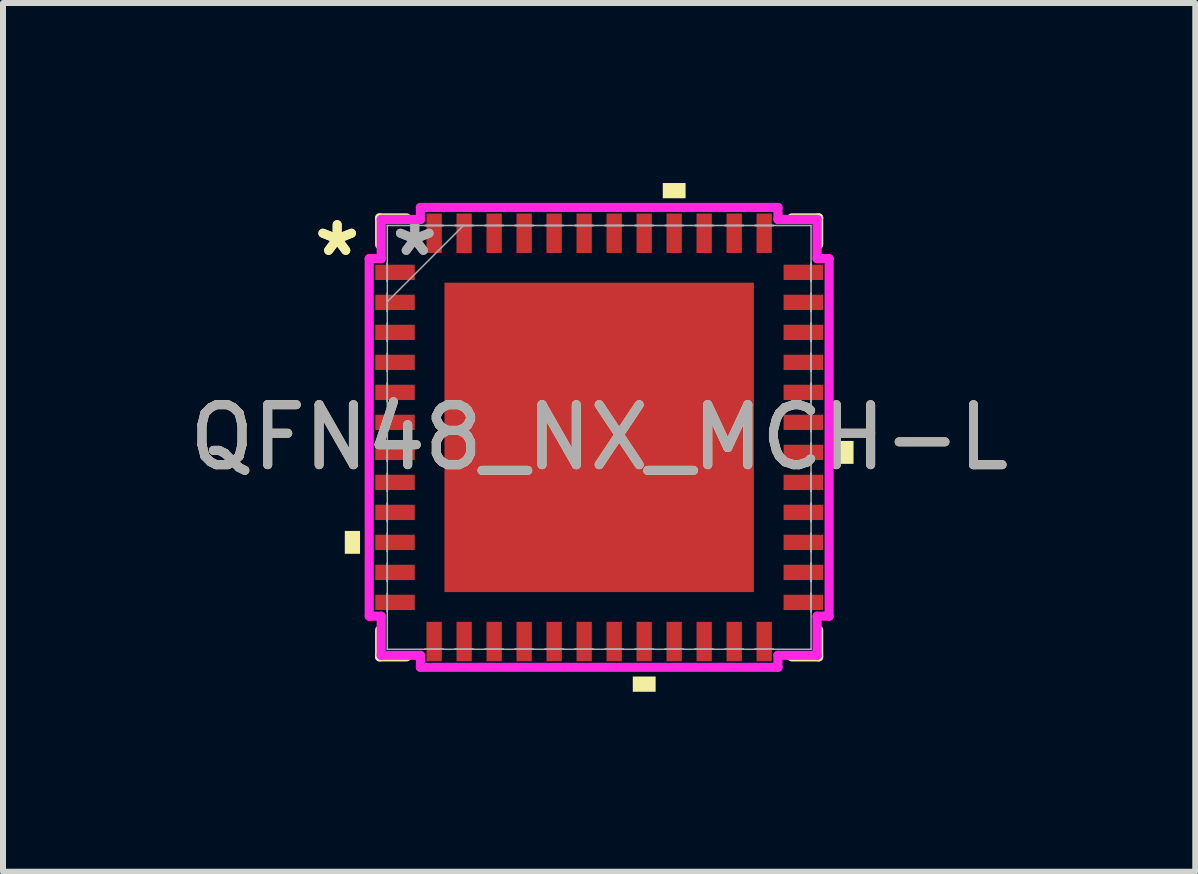
<source format=kicad_pcb>
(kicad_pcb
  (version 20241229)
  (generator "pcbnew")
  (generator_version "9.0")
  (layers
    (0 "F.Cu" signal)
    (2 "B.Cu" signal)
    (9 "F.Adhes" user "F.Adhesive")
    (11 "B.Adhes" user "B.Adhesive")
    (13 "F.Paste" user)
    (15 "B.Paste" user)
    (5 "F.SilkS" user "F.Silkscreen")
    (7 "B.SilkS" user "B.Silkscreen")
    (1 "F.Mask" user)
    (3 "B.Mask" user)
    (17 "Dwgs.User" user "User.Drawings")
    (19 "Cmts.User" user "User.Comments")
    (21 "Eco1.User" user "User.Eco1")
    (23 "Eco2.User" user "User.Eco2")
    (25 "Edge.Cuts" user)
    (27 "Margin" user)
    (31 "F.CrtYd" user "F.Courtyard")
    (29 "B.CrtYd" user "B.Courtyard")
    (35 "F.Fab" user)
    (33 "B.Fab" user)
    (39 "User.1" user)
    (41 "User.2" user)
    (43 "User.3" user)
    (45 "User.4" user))
  (footprint "QFN48_NX_MCH-L"
    (layer "F.Cu")
    (at 6.935 4.239)
    (property "Reference" "QFN48_NX_MCH-L" (at 0 0 0) (unlocked yes) (layer "F.SilkS") (effects (font (size 1 1) (thickness 0.15))))
    (attr smd)
    (fp_line (start -3.658 -3.658) (end -3.658 -3.21) (stroke (width 0.152) (type solid)) (layer "F.SilkS"))
    (fp_line (start -3.658 3.21) (end -3.658 3.658) (stroke (width 0.152) (type solid)) (layer "F.SilkS"))
    (fp_line (start -3.658 3.658) (end -3.21 3.658) (stroke (width 0.152) (type solid)) (layer "F.SilkS"))
    (fp_line (start -3.21 -3.658) (end -3.658 -3.658) (stroke (width 0.152) (type solid)) (layer "F.SilkS"))
    (fp_line (start 3.21 3.658) (end 3.658 3.658) (stroke (width 0.152) (type solid)) (layer "F.SilkS"))
    (fp_line (start 3.658 -3.658) (end 3.21 -3.658) (stroke (width 0.152) (type solid)) (layer "F.SilkS"))
    (fp_line (start 3.658 -3.21) (end 3.658 -3.658) (stroke (width 0.152) (type solid)) (layer "F.SilkS"))
    (fp_line (start 3.658 3.658) (end 3.658 3.21) (stroke (width 0.152) (type solid)) (layer "F.SilkS"))
    (fp_poly (pts (xy -4.239 1.559) (xy -4.239 1.94) (xy -3.985 1.94) (xy -3.985 1.559)) (stroke (width 0) (type solid)) (fill yes) (layer "F.SilkS"))
    (fp_poly (pts (xy 0.56 3.985) (xy 0.56 4.239) (xy 0.941 4.239) (xy 0.941 3.985)) (stroke (width 0) (type solid)) (fill yes) (layer "F.SilkS"))
    (fp_poly (pts (xy 1.06 -3.985) (xy 1.06 -4.239) (xy 1.44 -4.239) (xy 1.44 -3.985)) (stroke (width 0) (type solid)) (fill yes) (layer "F.SilkS"))
    (fp_poly (pts (xy 4.239 0.059) (xy 4.239 0.441) (xy 3.985 0.441) (xy 3.985 0.059)) (stroke (width 0) (type solid)) (fill yes) (layer "F.SilkS"))
    (fp_poly (pts (xy -2.478 -2.478) (xy -2.478 -1.389) (xy -1.389 -1.389) (xy -1.389 -2.478)) (stroke (width 0) (type solid)) (fill yes) (layer "F.Paste"))
    (fp_poly (pts (xy -2.478 -1.189) (xy -2.478 -0.1) (xy -1.389 -0.1) (xy -1.389 -1.189)) (stroke (width 0) (type solid)) (fill yes) (layer "F.Paste"))
    (fp_poly (pts (xy -2.478 0.1) (xy -2.478 1.189) (xy -1.389 1.189) (xy -1.389 0.1)) (stroke (width 0) (type solid)) (fill yes) (layer "F.Paste"))
    (fp_poly (pts (xy -2.478 1.389) (xy -2.478 2.478) (xy -1.389 2.478) (xy -1.389 1.389)) (stroke (width 0) (type solid)) (fill yes) (layer "F.Paste"))
    (fp_poly (pts (xy -1.189 -2.478) (xy -1.189 -1.389) (xy -0.1 -1.389) (xy -0.1 -2.478)) (stroke (width 0) (type solid)) (fill yes) (layer "F.Paste"))
    (fp_poly (pts (xy -1.189 -1.189) (xy -1.189 -0.1) (xy -0.1 -0.1) (xy -0.1 -1.189)) (stroke (width 0) (type solid)) (fill yes) (layer "F.Paste"))
    (fp_poly (pts (xy -1.189 0.1) (xy -1.189 1.189) (xy -0.1 1.189) (xy -0.1 0.1)) (stroke (width 0) (type solid)) (fill yes) (layer "F.Paste"))
    (fp_poly (pts (xy -1.189 1.389) (xy -1.189 2.478) (xy -0.1 2.478) (xy -0.1 1.389)) (stroke (width 0) (type solid)) (fill yes) (layer "F.Paste"))
    (fp_poly (pts (xy 0.1 -2.478) (xy 0.1 -1.389) (xy 1.189 -1.389) (xy 1.189 -2.478)) (stroke (width 0) (type solid)) (fill yes) (layer "F.Paste"))
    (fp_poly (pts (xy 0.1 -1.189) (xy 0.1 -0.1) (xy 1.189 -0.1) (xy 1.189 -1.189)) (stroke (width 0) (type solid)) (fill yes) (layer "F.Paste"))
    (fp_poly (pts (xy 0.1 0.1) (xy 0.1 1.189) (xy 1.189 1.189) (xy 1.189 0.1)) (stroke (width 0) (type solid)) (fill yes) (layer "F.Paste"))
    (fp_poly (pts (xy 0.1 1.389) (xy 0.1 2.478) (xy 1.189 2.478) (xy 1.189 1.389)) (stroke (width 0) (type solid)) (fill yes) (layer "F.Paste"))
    (fp_poly (pts (xy 1.389 -2.478) (xy 1.389 -1.389) (xy 2.478 -1.389) (xy 2.478 -2.478)) (stroke (width 0) (type solid)) (fill yes) (layer "F.Paste"))
    (fp_poly (pts (xy 1.389 -1.189) (xy 1.389 -0.1) (xy 2.478 -0.1) (xy 2.478 -1.189)) (stroke (width 0) (type solid)) (fill yes) (layer "F.Paste"))
    (fp_poly (pts (xy 1.389 0.1) (xy 1.389 1.189) (xy 2.478 1.189) (xy 2.478 0.1)) (stroke (width 0) (type solid)) (fill yes) (layer "F.Paste"))
    (fp_poly (pts (xy 1.389 1.389) (xy 1.389 2.478) (xy 2.478 2.478) (xy 2.478 1.389)) (stroke (width 0) (type solid)) (fill yes) (layer "F.Paste"))
    (fp_line (start -3.832 -2.979) (end -3.632 -2.979) (stroke (width 0.152) (type solid)) (layer "F.CrtYd"))
    (fp_line (start -3.832 2.979) (end -3.832 -2.979) (stroke (width 0.152) (type solid)) (layer "F.CrtYd"))
    (fp_line (start -3.632 -3.632) (end -2.979 -3.632) (stroke (width 0.152) (type solid)) (layer "F.CrtYd"))
    (fp_line (start -3.632 -2.979) (end -3.632 -3.632) (stroke (width 0.152) (type solid)) (layer "F.CrtYd"))
    (fp_line (start -3.632 2.979) (end -3.832 2.979) (stroke (width 0.152) (type solid)) (layer "F.CrtYd"))
    (fp_line (start -3.632 3.632) (end -3.632 2.979) (stroke (width 0.152) (type solid)) (layer "F.CrtYd"))
    (fp_line (start -2.979 -3.832) (end 2.979 -3.832) (stroke (width 0.152) (type solid)) (layer "F.CrtYd"))
    (fp_line (start -2.979 -3.632) (end -2.979 -3.832) (stroke (width 0.152) (type solid)) (layer "F.CrtYd"))
    (fp_line (start -2.979 3.632) (end -3.632 3.632) (stroke (width 0.152) (type solid)) (layer "F.CrtYd"))
    (fp_line (start -2.979 3.832) (end -2.979 3.632) (stroke (width 0.152) (type solid)) (layer "F.CrtYd"))
    (fp_line (start 2.979 -3.832) (end 2.979 -3.632) (stroke (width 0.152) (type solid)) (layer "F.CrtYd"))
    (fp_line (start 2.979 -3.632) (end 3.632 -3.632) (stroke (width 0.152) (type solid)) (layer "F.CrtYd"))
    (fp_line (start 2.979 3.632) (end 2.979 3.832) (stroke (width 0.152) (type solid)) (layer "F.CrtYd"))
    (fp_line (start 2.979 3.832) (end -2.979 3.832) (stroke (width 0.152) (type solid)) (layer "F.CrtYd"))
    (fp_line (start 3.632 -3.632) (end 3.632 -2.979) (stroke (width 0.152) (type solid)) (layer "F.CrtYd"))
    (fp_line (start 3.632 -2.979) (end 3.832 -2.979) (stroke (width 0.152) (type solid)) (layer "F.CrtYd"))
    (fp_line (start 3.632 2.979) (end 3.632 3.632) (stroke (width 0.152) (type solid)) (layer "F.CrtYd"))
    (fp_line (start 3.632 3.632) (end 2.979 3.632) (stroke (width 0.152) (type solid)) (layer "F.CrtYd"))
    (fp_line (start 3.832 -2.979) (end 3.832 2.979) (stroke (width 0.152) (type solid)) (layer "F.CrtYd"))
    (fp_line (start 3.832 2.979) (end 3.632 2.979) (stroke (width 0.152) (type solid)) (layer "F.CrtYd"))
    (fp_line (start -3.531 -3.531) (end -3.531 -3.531) (stroke (width 0.025) (type solid)) (layer "F.Fab"))
    (fp_line (start -3.531 -3.531) (end -3.531 3.531) (stroke (width 0.025) (type solid)) (layer "F.Fab"))
    (fp_line (start -3.531 -2.902) (end -3.531 -2.902) (stroke (width 0.025) (type solid)) (layer "F.Fab"))
    (fp_line (start -3.531 -2.902) (end -3.531 -2.598) (stroke (width 0.025) (type solid)) (layer "F.Fab"))
    (fp_line (start -3.531 -2.598) (end -3.531 -2.902) (stroke (width 0.025) (type solid)) (layer "F.Fab"))
    (fp_line (start -3.531 -2.598) (end -3.531 -2.598) (stroke (width 0.025) (type solid)) (layer "F.Fab"))
    (fp_line (start -3.531 -2.402) (end -3.531 -2.402) (stroke (width 0.025) (type solid)) (layer "F.Fab"))
    (fp_line (start -3.531 -2.402) (end -3.531 -2.098) (stroke (width 0.025) (type solid)) (layer "F.Fab"))
    (fp_line (start -3.531 -2.261) (end -2.261 -3.531) (stroke (width 0.025) (type solid)) (layer "F.Fab"))
    (fp_line (start -3.531 -2.098) (end -3.531 -2.402) (stroke (width 0.025) (type solid)) (layer "F.Fab"))
    (fp_line (start -3.531 -2.098) (end -3.531 -2.098) (stroke (width 0.025) (type solid)) (layer "F.Fab"))
    (fp_line (start -3.531 -1.902) (end -3.531 -1.902) (stroke (width 0.025) (type solid)) (layer "F.Fab"))
    (fp_line (start -3.531 -1.902) (end -3.531 -1.598) (stroke (width 0.025) (type solid)) (layer "F.Fab"))
    (fp_line (start -3.531 -1.598) (end -3.531 -1.902) (stroke (width 0.025) (type solid)) (layer "F.Fab"))
    (fp_line (start -3.531 -1.598) (end -3.531 -1.598) (stroke (width 0.025) (type solid)) (layer "F.Fab"))
    (fp_line (start -3.531 -1.402) (end -3.531 -1.402) (stroke (width 0.025) (type solid)) (layer "F.Fab"))
    (fp_line (start -3.531 -1.402) (end -3.531 -1.098) (stroke (width 0.025) (type solid)) (layer "F.Fab"))
    (fp_line (start -3.531 -1.098) (end -3.531 -1.402) (stroke (width 0.025) (type solid)) (layer "F.Fab"))
    (fp_line (start -3.531 -1.098) (end -3.531 -1.098) (stroke (width 0.025) (type solid)) (layer "F.Fab"))
    (fp_line (start -3.531 -0.902) (end -3.531 -0.902) (stroke (width 0.025) (type solid)) (layer "F.Fab"))
    (fp_line (start -3.531 -0.902) (end -3.531 -0.598) (stroke (width 0.025) (type solid)) (layer "F.Fab"))
    (fp_line (start -3.531 -0.598) (end -3.531 -0.902) (stroke (width 0.025) (type solid)) (layer "F.Fab"))
    (fp_line (start -3.531 -0.598) (end -3.531 -0.598) (stroke (width 0.025) (type solid)) (layer "F.Fab"))
    (fp_line (start -3.531 -0.402) (end -3.531 -0.402) (stroke (width 0.025) (type solid)) (layer "F.Fab"))
    (fp_line (start -3.531 -0.402) (end -3.531 -0.098) (stroke (width 0.025) (type solid)) (layer "F.Fab"))
    (fp_line (start -3.531 -0.098) (end -3.531 -0.402) (stroke (width 0.025) (type solid)) (layer "F.Fab"))
    (fp_line (start -3.531 -0.098) (end -3.531 -0.098) (stroke (width 0.025) (type solid)) (layer "F.Fab"))
    (fp_line (start -3.531 0.098) (end -3.531 0.098) (stroke (width 0.025) (type solid)) (layer "F.Fab"))
    (fp_line (start -3.531 0.098) (end -3.531 0.402) (stroke (width 0.025) (type solid)) (layer "F.Fab"))
    (fp_line (start -3.531 0.402) (end -3.531 0.098) (stroke (width 0.025) (type solid)) (layer "F.Fab"))
    (fp_line (start -3.531 0.402) (end -3.531 0.402) (stroke (width 0.025) (type solid)) (layer "F.Fab"))
    (fp_line (start -3.531 0.598) (end -3.531 0.598) (stroke (width 0.025) (type solid)) (layer "F.Fab"))
    (fp_line (start -3.531 0.598) (end -3.531 0.902) (stroke (width 0.025) (type solid)) (layer "F.Fab"))
    (fp_line (start -3.531 0.902) (end -3.531 0.598) (stroke (width 0.025) (type solid)) (layer "F.Fab"))
    (fp_line (start -3.531 0.902) (end -3.531 0.902) (stroke (width 0.025) (type solid)) (layer "F.Fab"))
    (fp_line (start -3.531 1.098) (end -3.531 1.098) (stroke (width 0.025) (type solid)) (layer "F.Fab"))
    (fp_line (start -3.531 1.098) (end -3.531 1.402) (stroke (width 0.025) (type solid)) (layer "F.Fab"))
    (fp_line (start -3.531 1.402) (end -3.531 1.098) (stroke (width 0.025) (type solid)) (layer "F.Fab"))
    (fp_line (start -3.531 1.402) (end -3.531 1.402) (stroke (width 0.025) (type solid)) (layer "F.Fab"))
    (fp_line (start -3.531 1.598) (end -3.531 1.598) (stroke (width 0.025) (type solid)) (layer "F.Fab"))
    (fp_line (start -3.531 1.598) (end -3.531 1.902) (stroke (width 0.025) (type solid)) (layer "F.Fab"))
    (fp_line (start -3.531 1.902) (end -3.531 1.598) (stroke (width 0.025) (type solid)) (layer "F.Fab"))
    (fp_line (start -3.531 1.902) (end -3.531 1.902) (stroke (width 0.025) (type solid)) (layer "F.Fab"))
    (fp_line (start -3.531 2.098) (end -3.531 2.098) (stroke (width 0.025) (type solid)) (layer "F.Fab"))
    (fp_line (start -3.531 2.098) (end -3.531 2.402) (stroke (width 0.025) (type solid)) (layer "F.Fab"))
    (fp_line (start -3.531 2.402) (end -3.531 2.098) (stroke (width 0.025) (type solid)) (layer "F.Fab"))
    (fp_line (start -3.531 2.402) (end -3.531 2.402) (stroke (width 0.025) (type solid)) (layer "F.Fab"))
    (fp_line (start -3.531 2.598) (end -3.531 2.598) (stroke (width 0.025) (type solid)) (layer "F.Fab"))
    (fp_line (start -3.531 2.598) (end -3.531 2.902) (stroke (width 0.025) (type solid)) (layer "F.Fab"))
    (fp_line (start -3.531 2.902) (end -3.531 2.598) (stroke (width 0.025) (type solid)) (layer "F.Fab"))
    (fp_line (start -3.531 2.902) (end -3.531 2.902) (stroke (width 0.025) (type solid)) (layer "F.Fab"))
    (fp_line (start -3.531 3.531) (end -3.531 3.531) (stroke (width 0.025) (type solid)) (layer "F.Fab"))
    (fp_line (start -3.531 3.531) (end 3.531 3.531) (stroke (width 0.025) (type solid)) (layer "F.Fab"))
    (fp_line (start -2.902 -3.531) (end -2.902 -3.531) (stroke (width 0.025) (type solid)) (layer "F.Fab"))
    (fp_line (start -2.902 -3.531) (end -2.598 -3.531) (stroke (width 0.025) (type solid)) (layer "F.Fab"))
    (fp_line (start -2.902 3.531) (end -2.902 3.531) (stroke (width 0.025) (type solid)) (layer "F.Fab"))
    (fp_line (start -2.902 3.531) (end -2.598 3.531) (stroke (width 0.025) (type solid)) (layer "F.Fab"))
    (fp_line (start -2.598 -3.531) (end -2.902 -3.531) (stroke (width 0.025) (type solid)) (layer "F.Fab"))
    (fp_line (start -2.598 -3.531) (end -2.598 -3.531) (stroke (width 0.025) (type solid)) (layer "F.Fab"))
    (fp_line (start -2.598 3.531) (end -2.902 3.531) (stroke (width 0.025) (type solid)) (layer "F.Fab"))
    (fp_line (start -2.598 3.531) (end -2.598 3.531) (stroke (width 0.025) (type solid)) (layer "F.Fab"))
    (fp_line (start -2.402 -3.531) (end -2.402 -3.531) (stroke (width 0.025) (type solid)) (layer "F.Fab"))
    (fp_line (start -2.402 -3.531) (end -2.098 -3.531) (stroke (width 0.025) (type solid)) (layer "F.Fab"))
    (fp_line (start -2.402 3.531) (end -2.402 3.531) (stroke (width 0.025) (type solid)) (layer "F.Fab"))
    (fp_line (start -2.402 3.531) (end -2.098 3.531) (stroke (width 0.025) (type solid)) (layer "F.Fab"))
    (fp_line (start -2.098 -3.531) (end -2.402 -3.531) (stroke (width 0.025) (type solid)) (layer "F.Fab"))
    (fp_line (start -2.098 -3.531) (end -2.098 -3.531) (stroke (width 0.025) (type solid)) (layer "F.Fab"))
    (fp_line (start -2.098 3.531) (end -2.402 3.531) (stroke (width 0.025) (type solid)) (layer "F.Fab"))
    (fp_line (start -2.098 3.531) (end -2.098 3.531) (stroke (width 0.025) (type solid)) (layer "F.Fab"))
    (fp_line (start -1.902 -3.531) (end -1.902 -3.531) (stroke (width 0.025) (type solid)) (layer "F.Fab"))
    (fp_line (start -1.902 -3.531) (end -1.598 -3.531) (stroke (width 0.025) (type solid)) (layer "F.Fab"))
    (fp_line (start -1.902 3.531) (end -1.902 3.531) (stroke (width 0.025) (type solid)) (layer "F.Fab"))
    (fp_line (start -1.902 3.531) (end -1.598 3.531) (stroke (width 0.025) (type solid)) (layer "F.Fab"))
    (fp_line (start -1.598 -3.531) (end -1.902 -3.531) (stroke (width 0.025) (type solid)) (layer "F.Fab"))
    (fp_line (start -1.598 -3.531) (end -1.598 -3.531) (stroke (width 0.025) (type solid)) (layer "F.Fab"))
    (fp_line (start -1.598 3.531) (end -1.902 3.531) (stroke (width 0.025) (type solid)) (layer "F.Fab"))
    (fp_line (start -1.598 3.531) (end -1.598 3.531) (stroke (width 0.025) (type solid)) (layer "F.Fab"))
    (fp_line (start -1.402 -3.531) (end -1.402 -3.531) (stroke (width 0.025) (type solid)) (layer "F.Fab"))
    (fp_line (start -1.402 -3.531) (end -1.098 -3.531) (stroke (width 0.025) (type solid)) (layer "F.Fab"))
    (fp_line (start -1.402 3.531) (end -1.402 3.531) (stroke (width 0.025) (type solid)) (layer "F.Fab"))
    (fp_line (start -1.402 3.531) (end -1.098 3.531) (stroke (width 0.025) (type solid)) (layer "F.Fab"))
    (fp_line (start -1.098 -3.531) (end -1.402 -3.531) (stroke (width 0.025) (type solid)) (layer "F.Fab"))
    (fp_line (start -1.098 -3.531) (end -1.098 -3.531) (stroke (width 0.025) (type solid)) (layer "F.Fab"))
    (fp_line (start -1.098 3.531) (end -1.402 3.531) (stroke (width 0.025) (type solid)) (layer "F.Fab"))
    (fp_line (start -1.098 3.531) (end -1.098 3.531) (stroke (width 0.025) (type solid)) (layer "F.Fab"))
    (fp_line (start -0.902 -3.531) (end -0.902 -3.531) (stroke (width 0.025) (type solid)) (layer "F.Fab"))
    (fp_line (start -0.902 -3.531) (end -0.598 -3.531) (stroke (width 0.025) (type solid)) (layer "F.Fab"))
    (fp_line (start -0.902 3.531) (end -0.902 3.531) (stroke (width 0.025) (type solid)) (layer "F.Fab"))
    (fp_line (start -0.902 3.531) (end -0.598 3.531) (stroke (width 0.025) (type solid)) (layer "F.Fab"))
    (fp_line (start -0.598 -3.531) (end -0.902 -3.531) (stroke (width 0.025) (type solid)) (layer "F.Fab"))
    (fp_line (start -0.598 -3.531) (end -0.598 -3.531) (stroke (width 0.025) (type solid)) (layer "F.Fab"))
    (fp_line (start -0.598 3.531) (end -0.902 3.531) (stroke (width 0.025) (type solid)) (layer "F.Fab"))
    (fp_line (start -0.598 3.531) (end -0.598 3.531) (stroke (width 0.025) (type solid)) (layer "F.Fab"))
    (fp_line (start -0.402 -3.531) (end -0.402 -3.531) (stroke (width 0.025) (type solid)) (layer "F.Fab"))
    (fp_line (start -0.402 -3.531) (end -0.098 -3.531) (stroke (width 0.025) (type solid)) (layer "F.Fab"))
    (fp_line (start -0.402 3.531) (end -0.402 3.531) (stroke (width 0.025) (type solid)) (layer "F.Fab"))
    (fp_line (start -0.402 3.531) (end -0.098 3.531) (stroke (width 0.025) (type solid)) (layer "F.Fab"))
    (fp_line (start -0.098 -3.531) (end -0.402 -3.531) (stroke (width 0.025) (type solid)) (layer "F.Fab"))
    (fp_line (start -0.098 -3.531) (end -0.098 -3.531) (stroke (width 0.025) (type solid)) (layer "F.Fab"))
    (fp_line (start -0.098 3.531) (end -0.402 3.531) (stroke (width 0.025) (type solid)) (layer "F.Fab"))
    (fp_line (start -0.098 3.531) (end -0.098 3.531) (stroke (width 0.025) (type solid)) (layer "F.Fab"))
    (fp_line (start 0.098 -3.531) (end 0.098 -3.531) (stroke (width 0.025) (type solid)) (layer "F.Fab"))
    (fp_line (start 0.098 -3.531) (end 0.402 -3.531) (stroke (width 0.025) (type solid)) (layer "F.Fab"))
    (fp_line (start 0.098 3.531) (end 0.098 3.531) (stroke (width 0.025) (type solid)) (layer "F.Fab"))
    (fp_line (start 0.098 3.531) (end 0.402 3.531) (stroke (width 0.025) (type solid)) (layer "F.Fab"))
    (fp_line (start 0.402 -3.531) (end 0.098 -3.531) (stroke (width 0.025) (type solid)) (layer "F.Fab"))
    (fp_line (start 0.402 -3.531) (end 0.402 -3.531) (stroke (width 0.025) (type solid)) (layer "F.Fab"))
    (fp_line (start 0.402 3.531) (end 0.098 3.531) (stroke (width 0.025) (type solid)) (layer "F.Fab"))
    (fp_line (start 0.402 3.531) (end 0.402 3.531) (stroke (width 0.025) (type solid)) (layer "F.Fab"))
    (fp_line (start 0.598 -3.531) (end 0.598 -3.531) (stroke (width 0.025) (type solid)) (layer "F.Fab"))
    (fp_line (start 0.598 -3.531) (end 0.902 -3.531) (stroke (width 0.025) (type solid)) (layer "F.Fab"))
    (fp_line (start 0.598 3.531) (end 0.598 3.531) (stroke (width 0.025) (type solid)) (layer "F.Fab"))
    (fp_line (start 0.598 3.531) (end 0.902 3.531) (stroke (width 0.025) (type solid)) (layer "F.Fab"))
    (fp_line (start 0.902 -3.531) (end 0.598 -3.531) (stroke (width 0.025) (type solid)) (layer "F.Fab"))
    (fp_line (start 0.902 -3.531) (end 0.902 -3.531) (stroke (width 0.025) (type solid)) (layer "F.Fab"))
    (fp_line (start 0.902 3.531) (end 0.598 3.531) (stroke (width 0.025) (type solid)) (layer "F.Fab"))
    (fp_line (start 0.902 3.531) (end 0.902 3.531) (stroke (width 0.025) (type solid)) (layer "F.Fab"))
    (fp_line (start 1.098 -3.531) (end 1.098 -3.531) (stroke (width 0.025) (type solid)) (layer "F.Fab"))
    (fp_line (start 1.098 -3.531) (end 1.402 -3.531) (stroke (width 0.025) (type solid)) (layer "F.Fab"))
    (fp_line (start 1.098 3.531) (end 1.098 3.531) (stroke (width 0.025) (type solid)) (layer "F.Fab"))
    (fp_line (start 1.098 3.531) (end 1.402 3.531) (stroke (width 0.025) (type solid)) (layer "F.Fab"))
    (fp_line (start 1.402 -3.531) (end 1.098 -3.531) (stroke (width 0.025) (type solid)) (layer "F.Fab"))
    (fp_line (start 1.402 -3.531) (end 1.402 -3.531) (stroke (width 0.025) (type solid)) (layer "F.Fab"))
    (fp_line (start 1.402 3.531) (end 1.098 3.531) (stroke (width 0.025) (type solid)) (layer "F.Fab"))
    (fp_line (start 1.402 3.531) (end 1.402 3.531) (stroke (width 0.025) (type solid)) (layer "F.Fab"))
    (fp_line (start 1.598 -3.531) (end 1.598 -3.531) (stroke (width 0.025) (type solid)) (layer "F.Fab"))
    (fp_line (start 1.598 -3.531) (end 1.902 -3.531) (stroke (width 0.025) (type solid)) (layer "F.Fab"))
    (fp_line (start 1.598 3.531) (end 1.598 3.531) (stroke (width 0.025) (type solid)) (layer "F.Fab"))
    (fp_line (start 1.598 3.531) (end 1.902 3.531) (stroke (width 0.025) (type solid)) (layer "F.Fab"))
    (fp_line (start 1.902 -3.531) (end 1.598 -3.531) (stroke (width 0.025) (type solid)) (layer "F.Fab"))
    (fp_line (start 1.902 -3.531) (end 1.902 -3.531) (stroke (width 0.025) (type solid)) (layer "F.Fab"))
    (fp_line (start 1.902 3.531) (end 1.598 3.531) (stroke (width 0.025) (type solid)) (layer "F.Fab"))
    (fp_line (start 1.902 3.531) (end 1.902 3.531) (stroke (width 0.025) (type solid)) (layer "F.Fab"))
    (fp_line (start 2.098 -3.531) (end 2.098 -3.531) (stroke (width 0.025) (type solid)) (layer "F.Fab"))
    (fp_line (start 2.098 -3.531) (end 2.402 -3.531) (stroke (width 0.025) (type solid)) (layer "F.Fab"))
    (fp_line (start 2.098 3.531) (end 2.098 3.531) (stroke (width 0.025) (type solid)) (layer "F.Fab"))
    (fp_line (start 2.098 3.531) (end 2.402 3.531) (stroke (width 0.025) (type solid)) (layer "F.Fab"))
    (fp_line (start 2.402 -3.531) (end 2.098 -3.531) (stroke (width 0.025) (type solid)) (layer "F.Fab"))
    (fp_line (start 2.402 -3.531) (end 2.402 -3.531) (stroke (width 0.025) (type solid)) (layer "F.Fab"))
    (fp_line (start 2.402 3.531) (end 2.098 3.531) (stroke (width 0.025) (type solid)) (layer "F.Fab"))
    (fp_line (start 2.402 3.531) (end 2.402 3.531) (stroke (width 0.025) (type solid)) (layer "F.Fab"))
    (fp_line (start 2.598 -3.531) (end 2.598 -3.531) (stroke (width 0.025) (type solid)) (layer "F.Fab"))
    (fp_line (start 2.598 -3.531) (end 2.902 -3.531) (stroke (width 0.025) (type solid)) (layer "F.Fab"))
    (fp_line (start 2.598 3.531) (end 2.598 3.531) (stroke (width 0.025) (type solid)) (layer "F.Fab"))
    (fp_line (start 2.598 3.531) (end 2.902 3.531) (stroke (width 0.025) (type solid)) (layer "F.Fab"))
    (fp_line (start 2.902 -3.531) (end 2.598 -3.531) (stroke (width 0.025) (type solid)) (layer "F.Fab"))
    (fp_line (start 2.902 -3.531) (end 2.902 -3.531) (stroke (width 0.025) (type solid)) (layer "F.Fab"))
    (fp_line (start 2.902 3.531) (end 2.598 3.531) (stroke (width 0.025) (type solid)) (layer "F.Fab"))
    (fp_line (start 2.902 3.531) (end 2.902 3.531) (stroke (width 0.025) (type solid)) (layer "F.Fab"))
    (fp_line (start 3.531 -3.531) (end -3.531 -3.531) (stroke (width 0.025) (type solid)) (layer "F.Fab"))
    (fp_line (start 3.531 -3.531) (end 3.531 -3.531) (stroke (width 0.025) (type solid)) (layer "F.Fab"))
    (fp_line (start 3.531 -2.902) (end 3.531 -2.902) (stroke (width 0.025) (type solid)) (layer "F.Fab"))
    (fp_line (start 3.531 -2.902) (end 3.531 -2.598) (stroke (width 0.025) (type solid)) (layer "F.Fab"))
    (fp_line (start 3.531 -2.598) (end 3.531 -2.902) (stroke (width 0.025) (type solid)) (layer "F.Fab"))
    (fp_line (start 3.531 -2.598) (end 3.531 -2.598) (stroke (width 0.025) (type solid)) (layer "F.Fab"))
    (fp_line (start 3.531 -2.402) (end 3.531 -2.402) (stroke (width 0.025) (type solid)) (layer "F.Fab"))
    (fp_line (start 3.531 -2.402) (end 3.531 -2.098) (stroke (width 0.025) (type solid)) (layer "F.Fab"))
    (fp_line (start 3.531 -2.098) (end 3.531 -2.402) (stroke (width 0.025) (type solid)) (layer "F.Fab"))
    (fp_line (start 3.531 -2.098) (end 3.531 -2.098) (stroke (width 0.025) (type solid)) (layer "F.Fab"))
    (fp_line (start 3.531 -1.902) (end 3.531 -1.902) (stroke (width 0.025) (type solid)) (layer "F.Fab"))
    (fp_line (start 3.531 -1.902) (end 3.531 -1.598) (stroke (width 0.025) (type solid)) (layer "F.Fab"))
    (fp_line (start 3.531 -1.598) (end 3.531 -1.902) (stroke (width 0.025) (type solid)) (layer "F.Fab"))
    (fp_line (start 3.531 -1.598) (end 3.531 -1.598) (stroke (width 0.025) (type solid)) (layer "F.Fab"))
    (fp_line (start 3.531 -1.402) (end 3.531 -1.402) (stroke (width 0.025) (type solid)) (layer "F.Fab"))
    (fp_line (start 3.531 -1.402) (end 3.531 -1.098) (stroke (width 0.025) (type solid)) (layer "F.Fab"))
    (fp_line (start 3.531 -1.098) (end 3.531 -1.402) (stroke (width 0.025) (type solid)) (layer "F.Fab"))
    (fp_line (start 3.531 -1.098) (end 3.531 -1.098) (stroke (width 0.025) (type solid)) (layer "F.Fab"))
    (fp_line (start 3.531 -0.902) (end 3.531 -0.902) (stroke (width 0.025) (type solid)) (layer "F.Fab"))
    (fp_line (start 3.531 -0.902) (end 3.531 -0.598) (stroke (width 0.025) (type solid)) (layer "F.Fab"))
    (fp_line (start 3.531 -0.598) (end 3.531 -0.902) (stroke (width 0.025) (type solid)) (layer "F.Fab"))
    (fp_line (start 3.531 -0.598) (end 3.531 -0.598) (stroke (width 0.025) (type solid)) (layer "F.Fab"))
    (fp_line (start 3.531 -0.402) (end 3.531 -0.402) (stroke (width 0.025) (type solid)) (layer "F.Fab"))
    (fp_line (start 3.531 -0.402) (end 3.531 -0.098) (stroke (width 0.025) (type solid)) (layer "F.Fab"))
    (fp_line (start 3.531 -0.098) (end 3.531 -0.402) (stroke (width 0.025) (type solid)) (layer "F.Fab"))
    (fp_line (start 3.531 -0.098) (end 3.531 -0.098) (stroke (width 0.025) (type solid)) (layer "F.Fab"))
    (fp_line (start 3.531 0.098) (end 3.531 0.098) (stroke (width 0.025) (type solid)) (layer "F.Fab"))
    (fp_line (start 3.531 0.098) (end 3.531 0.402) (stroke (width 0.025) (type solid)) (layer "F.Fab"))
    (fp_line (start 3.531 0.402) (end 3.531 0.098) (stroke (width 0.025) (type solid)) (layer "F.Fab"))
    (fp_line (start 3.531 0.402) (end 3.531 0.402) (stroke (width 0.025) (type solid)) (layer "F.Fab"))
    (fp_line (start 3.531 0.598) (end 3.531 0.598) (stroke (width 0.025) (type solid)) (layer "F.Fab"))
    (fp_line (start 3.531 0.598) (end 3.531 0.902) (stroke (width 0.025) (type solid)) (layer "F.Fab"))
    (fp_line (start 3.531 0.902) (end 3.531 0.598) (stroke (width 0.025) (type solid)) (layer "F.Fab"))
    (fp_line (start 3.531 0.902) (end 3.531 0.902) (stroke (width 0.025) (type solid)) (layer "F.Fab"))
    (fp_line (start 3.531 1.098) (end 3.531 1.098) (stroke (width 0.025) (type solid)) (layer "F.Fab"))
    (fp_line (start 3.531 1.098) (end 3.531 1.402) (stroke (width 0.025) (type solid)) (layer "F.Fab"))
    (fp_line (start 3.531 1.402) (end 3.531 1.098) (stroke (width 0.025) (type solid)) (layer "F.Fab"))
    (fp_line (start 3.531 1.402) (end 3.531 1.402) (stroke (width 0.025) (type solid)) (layer "F.Fab"))
    (fp_line (start 3.531 1.598) (end 3.531 1.598) (stroke (width 0.025) (type solid)) (layer "F.Fab"))
    (fp_line (start 3.531 1.598) (end 3.531 1.902) (stroke (width 0.025) (type solid)) (layer "F.Fab"))
    (fp_line (start 3.531 1.902) (end 3.531 1.598) (stroke (width 0.025) (type solid)) (layer "F.Fab"))
    (fp_line (start 3.531 1.902) (end 3.531 1.902) (stroke (width 0.025) (type solid)) (layer "F.Fab"))
    (fp_line (start 3.531 2.098) (end 3.531 2.098) (stroke (width 0.025) (type solid)) (layer "F.Fab"))
    (fp_line (start 3.531 2.098) (end 3.531 2.402) (stroke (width 0.025) (type solid)) (layer "F.Fab"))
    (fp_line (start 3.531 2.402) (end 3.531 2.098) (stroke (width 0.025) (type solid)) (layer "F.Fab"))
    (fp_line (start 3.531 2.402) (end 3.531 2.402) (stroke (width 0.025) (type solid)) (layer "F.Fab"))
    (fp_line (start 3.531 2.598) (end 3.531 2.598) (stroke (width 0.025) (type solid)) (layer "F.Fab"))
    (fp_line (start 3.531 2.598) (end 3.531 2.902) (stroke (width 0.025) (type solid)) (layer "F.Fab"))
    (fp_line (start 3.531 2.902) (end 3.531 2.598) (stroke (width 0.025) (type solid)) (layer "F.Fab"))
    (fp_line (start 3.531 2.902) (end 3.531 2.902) (stroke (width 0.025) (type solid)) (layer "F.Fab"))
    (fp_line (start 3.531 3.531) (end 3.531 -3.531) (stroke (width 0.025) (type solid)) (layer "F.Fab"))
    (fp_line (start 3.531 3.531) (end 3.531 3.531) (stroke (width 0.025) (type solid)) (layer "F.Fab"))
    (fp_text user "*" (at -4.366 -3 0) (unlocked yes) (layer "F.SilkS") (effects (font (size 1 1) (thickness 0.15))))
    (fp_text user "*" (at -4.366 -3 0) (layer "F.SilkS") (effects (font (size 1 1) (thickness 0.15))))
    (fp_text user "*" (at -3.073 -3 0) (unlocked yes) (layer "F.Fab") (effects (font (size 1 1) (thickness 0.15))))
    (fp_text user "*" (at -3.073 -3 0) (layer "F.Fab") (effects (font (size 1 1) (thickness 0.15))))
    (fp_text user "${REFERENCE}" (at 0 0 0) (unlocked yes) (layer "F.Fab") (effects (font (size 1 1) (thickness 0.15))))
    (pad "1" smd rect (at -3.402 -2.75 90) (size 0.255 0.657) (layers "F.Cu" "F.Mask" "F.Paste"))
    (pad "2" smd rect (at -3.402 -2.25 90) (size 0.255 0.657) (layers "F.Cu" "F.Mask" "F.Paste"))
    (pad "3" smd rect (at -3.402 -1.75 90) (size 0.255 0.657) (layers "F.Cu" "F.Mask" "F.Paste"))
    (pad "4" smd rect (at -3.402 -1.25 90) (size 0.255 0.657) (layers "F.Cu" "F.Mask" "F.Paste"))
    (pad "5" smd rect (at -3.402 -0.75 90) (size 0.255 0.657) (layers "F.Cu" "F.Mask" "F.Paste"))
    (pad "6" smd rect (at -3.402 -0.25 90) (size 0.255 0.657) (layers "F.Cu" "F.Mask" "F.Paste"))
    (pad "7" smd rect (at -3.402 0.25 90) (size 0.255 0.657) (layers "F.Cu" "F.Mask" "F.Paste"))
    (pad "8" smd rect (at -3.402 0.75 90) (size 0.255 0.657) (layers "F.Cu" "F.Mask" "F.Paste"))
    (pad "9" smd rect (at -3.402 1.25 90) (size 0.255 0.657) (layers "F.Cu" "F.Mask" "F.Paste"))
    (pad "10" smd rect (at -3.402 1.75 90) (size 0.255 0.657) (layers "F.Cu" "F.Mask" "F.Paste"))
    (pad "11" smd rect (at -3.402 2.25 90) (size 0.255 0.657) (layers "F.Cu" "F.Mask" "F.Paste"))
    (pad "12" smd rect (at -3.402 2.75 90) (size 0.255 0.657) (layers "F.Cu" "F.Mask" "F.Paste"))
    (pad "13" smd rect (at -2.75 3.402) (size 0.255 0.657) (layers "F.Cu" "F.Mask" "F.Paste"))
    (pad "14" smd rect (at -2.25 3.402) (size 0.255 0.657) (layers "F.Cu" "F.Mask" "F.Paste"))
    (pad "15" smd rect (at -1.75 3.402) (size 0.255 0.657) (layers "F.Cu" "F.Mask" "F.Paste"))
    (pad "16" smd rect (at -1.25 3.402) (size 0.255 0.657) (layers "F.Cu" "F.Mask" "F.Paste"))
    (pad "17" smd rect (at -0.75 3.402) (size 0.255 0.657) (layers "F.Cu" "F.Mask" "F.Paste"))
    (pad "18" smd rect (at -0.25 3.402) (size 0.255 0.657) (layers "F.Cu" "F.Mask" "F.Paste"))
    (pad "19" smd rect (at 0.25 3.402) (size 0.255 0.657) (layers "F.Cu" "F.Mask" "F.Paste"))
    (pad "20" smd rect (at 0.75 3.402) (size 0.255 0.657) (layers "F.Cu" "F.Mask" "F.Paste"))
    (pad "21" smd rect (at 1.25 3.402) (size 0.255 0.657) (layers "F.Cu" "F.Mask" "F.Paste"))
    (pad "22" smd rect (at 1.75 3.402) (size 0.255 0.657) (layers "F.Cu" "F.Mask" "F.Paste"))
    (pad "23" smd rect (at 2.25 3.402) (size 0.255 0.657) (layers "F.Cu" "F.Mask" "F.Paste"))
    (pad "24" smd rect (at 2.75 3.402) (size 0.255 0.657) (layers "F.Cu" "F.Mask" "F.Paste"))
    (pad "25" smd rect (at 3.402 2.75 90) (size 0.255 0.657) (layers "F.Cu" "F.Mask" "F.Paste"))
    (pad "26" smd rect (at 3.402 2.25 90) (size 0.255 0.657) (layers "F.Cu" "F.Mask" "F.Paste"))
    (pad "27" smd rect (at 3.402 1.75 90) (size 0.255 0.657) (layers "F.Cu" "F.Mask" "F.Paste"))
    (pad "28" smd rect (at 3.402 1.25 90) (size 0.255 0.657) (layers "F.Cu" "F.Mask" "F.Paste"))
    (pad "29" smd rect (at 3.402 0.75 90) (size 0.255 0.657) (layers "F.Cu" "F.Mask" "F.Paste"))
    (pad "30" smd rect (at 3.402 0.25 90) (size 0.255 0.657) (layers "F.Cu" "F.Mask" "F.Paste"))
    (pad "31" smd rect (at 3.402 -0.25 90) (size 0.255 0.657) (layers "F.Cu" "F.Mask" "F.Paste"))
    (pad "32" smd rect (at 3.402 -0.75 90) (size 0.255 0.657) (layers "F.Cu" "F.Mask" "F.Paste"))
    (pad "33" smd rect (at 3.402 -1.25 90) (size 0.255 0.657) (layers "F.Cu" "F.Mask" "F.Paste"))
    (pad "34" smd rect (at 3.402 -1.75 90) (size 0.255 0.657) (layers "F.Cu" "F.Mask" "F.Paste"))
    (pad "35" smd rect (at 3.402 -2.25 90) (size 0.255 0.657) (layers "F.Cu" "F.Mask" "F.Paste"))
    (pad "36" smd rect (at 3.402 -2.75 90) (size 0.255 0.657) (layers "F.Cu" "F.Mask" "F.Paste"))
    (pad "37" smd rect (at 2.75 -3.402) (size 0.255 0.657) (layers "F.Cu" "F.Mask" "F.Paste"))
    (pad "38" smd rect (at 2.25 -3.402) (size 0.255 0.657) (layers "F.Cu" "F.Mask" "F.Paste"))
    (pad "39" smd rect (at 1.75 -3.402) (size 0.255 0.657) (layers "F.Cu" "F.Mask" "F.Paste"))
    (pad "40" smd rect (at 1.25 -3.402) (size 0.255 0.657) (layers "F.Cu" "F.Mask" "F.Paste"))
    (pad "41" smd rect (at 0.75 -3.402) (size 0.255 0.657) (layers "F.Cu" "F.Mask" "F.Paste"))
    (pad "42" smd rect (at 0.25 -3.402) (size 0.255 0.657) (layers "F.Cu" "F.Mask" "F.Paste"))
    (pad "43" smd rect (at -0.25 -3.402) (size 0.255 0.657) (layers "F.Cu" "F.Mask" "F.Paste"))
    (pad "44" smd rect (at -0.75 -3.402) (size 0.255 0.657) (layers "F.Cu" "F.Mask" "F.Paste"))
    (pad "45" smd rect (at -1.25 -3.402) (size 0.255 0.657) (layers "F.Cu" "F.Mask" "F.Paste"))
    (pad "46" smd rect (at -1.75 -3.402) (size 0.255 0.657) (layers "F.Cu" "F.Mask" "F.Paste"))
    (pad "47" smd rect (at -2.25 -3.402) (size 0.255 0.657) (layers "F.Cu" "F.Mask" "F.Paste"))
    (pad "48" smd rect (at -2.75 -3.402) (size 0.255 0.657) (layers "F.Cu" "F.Mask" "F.Paste"))
    (pad "49" smd rect (at 0 0) (size 5.156 5.156) (layers "F.Cu" "F.Mask")))
  (gr_rect
    (start -3 -3)
    (end 16.869 11.477)
    (stroke (width 0.1) (type default))
    (fill no)
    (layer "Edge.Cuts")))
</source>
